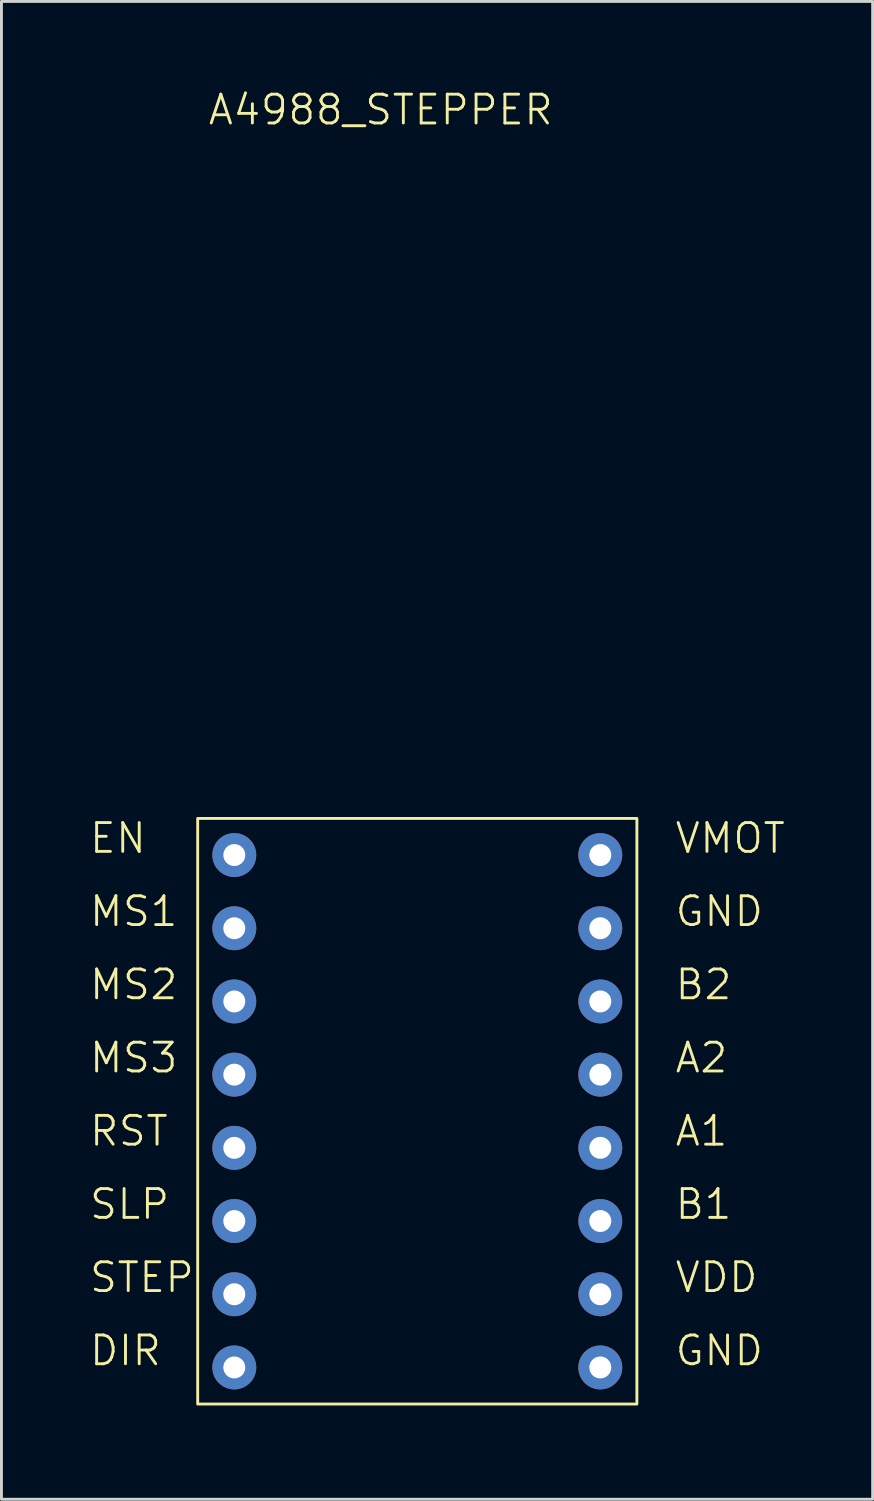
<source format=kicad_pcb>
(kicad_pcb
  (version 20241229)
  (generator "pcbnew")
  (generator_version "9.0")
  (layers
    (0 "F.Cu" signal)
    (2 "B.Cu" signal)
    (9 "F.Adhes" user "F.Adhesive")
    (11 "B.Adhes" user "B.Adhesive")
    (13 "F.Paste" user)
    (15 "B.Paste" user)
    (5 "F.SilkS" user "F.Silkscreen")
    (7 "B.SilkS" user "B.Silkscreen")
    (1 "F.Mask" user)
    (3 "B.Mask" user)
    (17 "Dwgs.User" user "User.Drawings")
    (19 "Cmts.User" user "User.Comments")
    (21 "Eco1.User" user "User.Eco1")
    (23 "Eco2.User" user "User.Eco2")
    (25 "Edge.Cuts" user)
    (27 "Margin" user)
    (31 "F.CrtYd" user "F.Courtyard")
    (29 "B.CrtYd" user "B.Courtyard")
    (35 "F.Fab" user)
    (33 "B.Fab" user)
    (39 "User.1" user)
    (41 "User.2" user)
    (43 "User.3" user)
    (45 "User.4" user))
  (footprint "A4988_STEPPER"
    (layer "F.Cu")
    (at 10.16 34.24)
    (property "Reference" "A4988_STEPPER" (at 0 -33.48 0) (unlocked yes) (layer "F.SilkS") (effects (font (size 1 1) (thickness 0.1))))
    (attr through_hole)
    (fp_rect (start -6.35 -8.89) (end 8.89 11.43) (stroke (width 0.1) (type default)) (fill no) (layer "F.SilkS"))
    (fp_rect (start -6.604 -9.144) (end 9.144 11.684) (stroke (width 0.1) (type default)) (fill no) (layer "Margin"))
    (fp_text user "VMOT" (at 10.16 -7.62 0) (unlocked yes) (layer "F.SilkS") (effects (font (size 1 1) (thickness 0.1)) (justify left bottom)))
    (fp_text user "MS3" (at -10.16 0 0) (unlocked yes) (layer "F.SilkS") (effects (font (size 1 1) (thickness 0.1)) (justify left bottom)))
    (fp_text user "B2" (at 10.16 -2.54 0) (unlocked yes) (layer "F.SilkS") (effects (font (size 1 1) (thickness 0.1)) (justify left bottom)))
    (fp_text user "B1" (at 10.16 5.08 0) (unlocked yes) (layer "F.SilkS") (effects (font (size 1 1) (thickness 0.1)) (justify left bottom)))
    (fp_text user "RST" (at -10.16 2.54 0) (unlocked yes) (layer "F.SilkS") (effects (font (size 1 1) (thickness 0.1)) (justify left bottom)))
    (fp_text user "EN" (at -10.16 -7.62 0) (unlocked yes) (layer "F.SilkS") (effects (font (size 1 1) (thickness 0.1)) (justify left bottom)))
    (fp_text user "GND" (at 10.16 10.16 0) (unlocked yes) (layer "F.SilkS") (effects (font (size 1 1) (thickness 0.1)) (justify left bottom)))
    (fp_text user "MS1" (at -10.16 -5.08 0) (unlocked yes) (layer "F.SilkS") (effects (font (size 1 1) (thickness 0.1)) (justify left bottom)))
    (fp_text user "DIR" (at -10.16 10.16 0) (unlocked yes) (layer "F.SilkS") (effects (font (size 1 1) (thickness 0.1)) (justify left bottom)))
    (fp_text user "A2" (at 10.16 0 0) (unlocked yes) (layer "F.SilkS") (effects (font (size 1 1) (thickness 0.1)) (justify left bottom)))
    (fp_text user "MS2" (at -10.16 -2.54 0) (unlocked yes) (layer "F.SilkS") (effects (font (size 1 1) (thickness 0.1)) (justify left bottom)))
    (fp_text user "SLP" (at -10.16 5.08 0) (unlocked yes) (layer "F.SilkS") (effects (font (size 1 1) (thickness 0.1)) (justify left bottom)))
    (fp_text user "GND" (at 10.16 -5.08 0) (unlocked yes) (layer "F.SilkS") (effects (font (size 1 1) (thickness 0.1)) (justify left bottom)))
    (fp_text user "VDD" (at 10.16 7.62 0) (unlocked yes) (layer "F.SilkS") (effects (font (size 1 1) (thickness 0.1)) (justify left bottom)))
    (fp_text user "A1" (at 10.16 2.54 0) (unlocked yes) (layer "F.SilkS") (effects (font (size 1 1) (thickness 0.1)) (justify left bottom)))
    (fp_text user "STEP" (at -10.16 7.62 0) (unlocked yes) (layer "F.SilkS") (effects (font (size 1 1) (thickness 0.1)) (justify left bottom)))
    (pad "1" thru_hole circle (at -5.08 -7.62) (size 1.524 1.524) (drill 0.762) (layers "*.Cu" "*.Mask"))
    (pad "2" thru_hole circle (at -5.08 -5.08) (size 1.524 1.524) (drill 0.762) (layers "*.Cu" "*.Mask"))
    (pad "3" thru_hole circle (at -5.08 -2.54) (size 1.524 1.524) (drill 0.762) (layers "*.Cu" "*.Mask"))
    (pad "4" thru_hole circle (at -5.08 0) (size 1.524 1.524) (drill 0.762) (layers "*.Cu" "*.Mask"))
    (pad "5" thru_hole circle (at -5.08 2.54) (size 1.524 1.524) (drill 0.762) (layers "*.Cu" "*.Mask"))
    (pad "6" thru_hole circle (at -5.08 5.08) (size 1.524 1.524) (drill 0.762) (layers "*.Cu" "*.Mask"))
    (pad "7" thru_hole circle (at -5.08 7.62) (size 1.524 1.524) (drill 0.762) (layers "*.Cu" "*.Mask"))
    (pad "8" thru_hole circle (at -5.08 10.16) (size 1.524 1.524) (drill 0.762) (layers "*.Cu" "*.Mask"))
    (pad "9" thru_hole circle (at 7.62 10.16) (size 1.524 1.524) (drill 0.762) (layers "*.Cu" "*.Mask"))
    (pad "10" thru_hole circle (at 7.62 7.62) (size 1.524 1.524) (drill 0.762) (layers "*.Cu" "*.Mask"))
    (pad "11" thru_hole circle (at 7.62 5.08) (size 1.524 1.524) (drill 0.762) (layers "*.Cu" "*.Mask"))
    (pad "12" thru_hole circle (at 7.62 2.54) (size 1.524 1.524) (drill 0.762) (layers "*.Cu" "*.Mask"))
    (pad "13" thru_hole circle (at 7.62 0) (size 1.524 1.524) (drill 0.762) (layers "*.Cu" "*.Mask"))
    (pad "14" thru_hole circle (at 7.62 -2.54) (size 1.524 1.524) (drill 0.762) (layers "*.Cu" "*.Mask"))
    (pad "15" thru_hole circle (at 7.62 -5.08) (size 1.524 1.524) (drill 0.762) (layers "*.Cu" "*.Mask"))
    (pad "16" thru_hole circle (at 7.62 -7.62) (size 1.524 1.524) (drill 0.762) (layers "*.Cu" "*.Mask")))
  (gr_rect
    (start -3 -3)
    (end 27.23 48.974)
    (stroke (width 0.1) (type default))
    (fill no)
    (layer "Edge.Cuts")))
</source>
